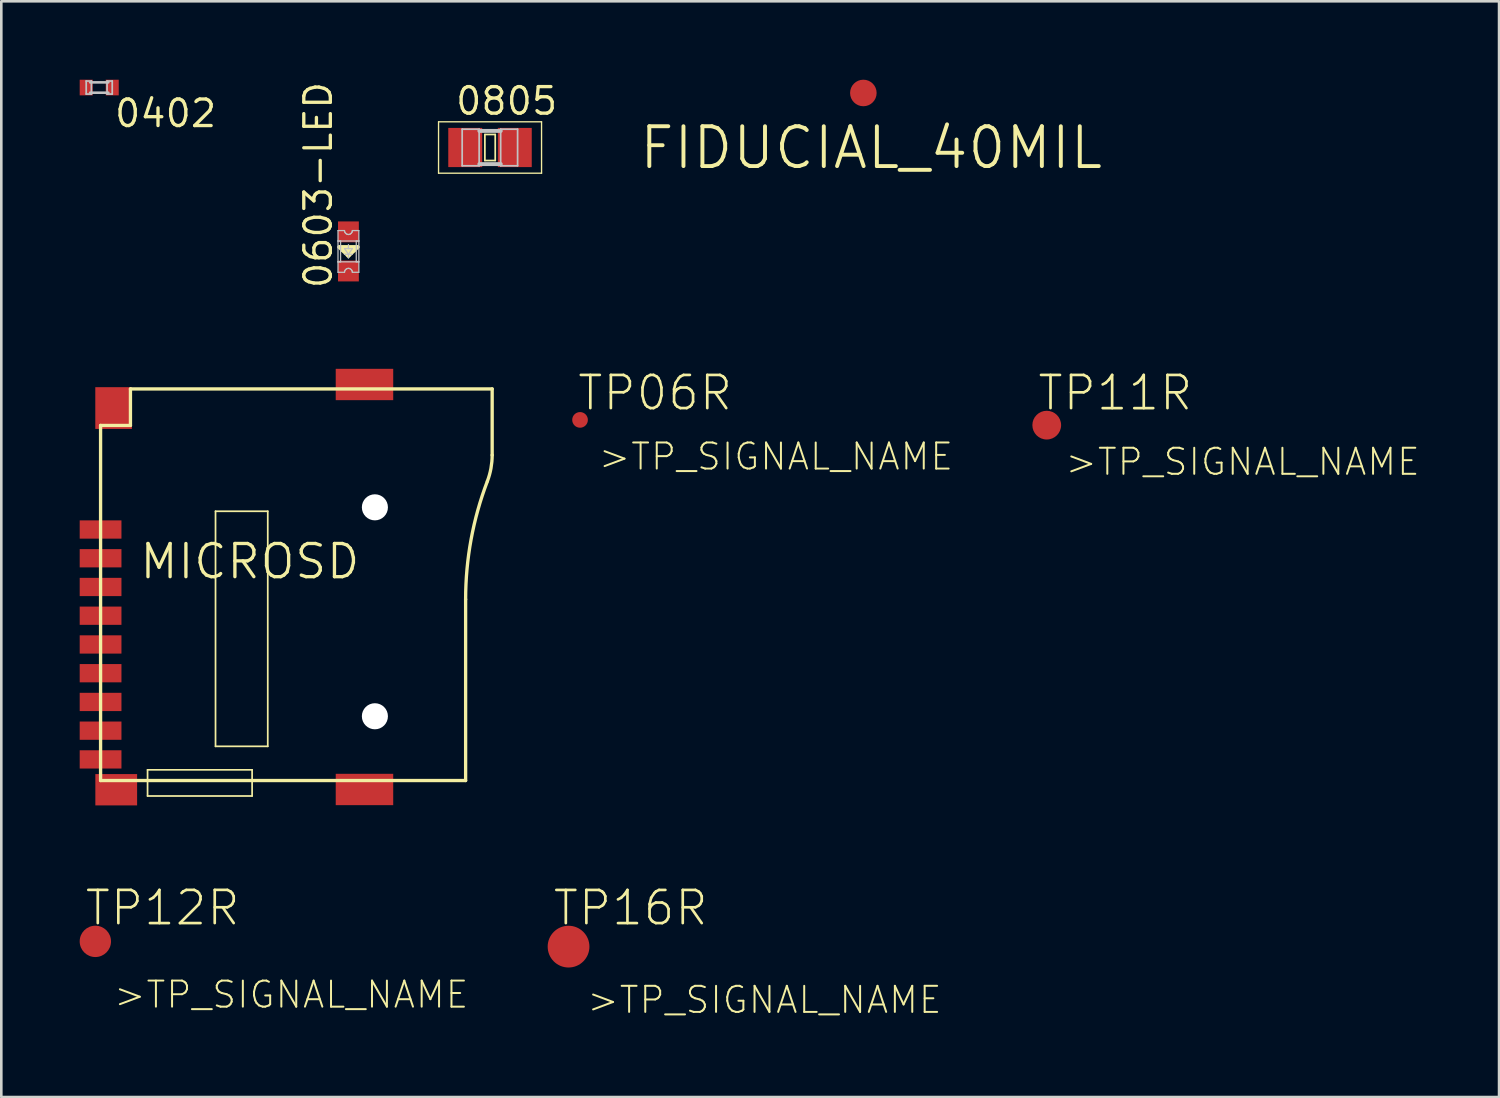
<source format=kicad_pcb>
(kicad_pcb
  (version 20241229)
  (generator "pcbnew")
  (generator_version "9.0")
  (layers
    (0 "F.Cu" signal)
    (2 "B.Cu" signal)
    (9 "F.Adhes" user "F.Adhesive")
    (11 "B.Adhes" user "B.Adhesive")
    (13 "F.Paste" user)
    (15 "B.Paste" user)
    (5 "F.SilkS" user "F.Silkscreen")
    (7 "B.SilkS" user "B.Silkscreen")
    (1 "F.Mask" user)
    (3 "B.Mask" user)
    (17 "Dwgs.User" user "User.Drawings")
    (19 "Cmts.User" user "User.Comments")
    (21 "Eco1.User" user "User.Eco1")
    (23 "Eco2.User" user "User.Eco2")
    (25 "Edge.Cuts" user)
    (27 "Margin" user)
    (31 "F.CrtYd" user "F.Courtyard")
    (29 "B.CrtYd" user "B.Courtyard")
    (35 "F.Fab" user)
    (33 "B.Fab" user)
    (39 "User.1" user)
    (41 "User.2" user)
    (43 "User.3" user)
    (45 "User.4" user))
  (footprint "0603-LED"
    (layer "F.Cu")
    (at 10.284 6.572)
    (property "Reference" "0603-LED" (at -1.156 -2.54 90) (layer "F.SilkS") (effects (font (size 1.016 1.016) (thickness 0.127))))
    (attr smd)
    (fp_line (start -0.348 -0.168) (end 0.348 -0.168) (stroke (width 0.152) (type solid)) (layer "F.SilkS"))
    (fp_line (start -0.213 -0.043) (end 0.213 -0.043) (stroke (width 0.152) (type solid)) (layer "F.SilkS"))
    (fp_line (start -0.089 0.053) (end 0.089 0.053) (stroke (width 0.152) (type solid)) (layer "F.SilkS"))
    (fp_line (start 0 0.168) (end -0.348 -0.168) (stroke (width 0.152) (type solid)) (layer "F.SilkS"))
    (fp_line (start 0 0.168) (end 0.348 -0.168) (stroke (width 0.152) (type solid)) (layer "F.SilkS"))
    (fp_line (start -0.399 -0.798) (end -0.399 -0.399) (stroke (width 0.048) (type solid)) (layer "Dwgs.User"))
    (fp_line (start -0.399 -0.399) (end -0.3 -0.399) (stroke (width 0.048) (type solid)) (layer "Dwgs.User"))
    (fp_line (start -0.399 -0.399) (end 0.399 -0.399) (stroke (width 0.048) (type solid)) (layer "Dwgs.User"))
    (fp_line (start -0.399 0.399) (end -0.399 -0.399) (stroke (width 0.048) (type solid)) (layer "Dwgs.User"))
    (fp_line (start -0.399 0.399) (end -0.399 0.798) (stroke (width 0.048) (type solid)) (layer "Dwgs.User"))
    (fp_line (start -0.399 0.798) (end -0.15 0.798) (stroke (width 0.048) (type solid)) (layer "Dwgs.User"))
    (fp_line (start -0.3 -0.399) (end -0.3 0.399) (stroke (width 0.048) (type solid)) (layer "Dwgs.User"))
    (fp_line (start -0.3 0.399) (end -0.399 0.399) (stroke (width 0.048) (type solid)) (layer "Dwgs.User"))
    (fp_line (start -0.15 -0.798) (end -0.399 -0.798) (stroke (width 0.048) (type solid)) (layer "Dwgs.User"))
    (fp_line (start -0.15 -0.109) (end 0 -0.109) (stroke (width 0.048) (type solid)) (layer "Dwgs.User"))
    (fp_line (start -0.15 0.109) (end 0 0.109) (stroke (width 0.048) (type solid)) (layer "Dwgs.User"))
    (fp_line (start -0.15 0.798) (end -0.145 0.759) (stroke (width 0.048) (type solid)) (layer "Dwgs.User"))
    (fp_line (start -0.145 -0.759) (end -0.15 -0.798) (stroke (width 0.048) (type solid)) (layer "Dwgs.User"))
    (fp_line (start -0.145 0.759) (end -0.13 0.724) (stroke (width 0.048) (type solid)) (layer "Dwgs.User"))
    (fp_line (start -0.13 -0.724) (end -0.145 -0.759) (stroke (width 0.048) (type solid)) (layer "Dwgs.User"))
    (fp_line (start -0.13 0.724) (end -0.104 0.693) (stroke (width 0.048) (type solid)) (layer "Dwgs.User"))
    (fp_line (start -0.104 -0.693) (end -0.13 -0.724) (stroke (width 0.048) (type solid)) (layer "Dwgs.User"))
    (fp_line (start -0.104 0.693) (end -0.074 0.668) (stroke (width 0.048) (type solid)) (layer "Dwgs.User"))
    (fp_line (start -0.074 -0.668) (end -0.104 -0.693) (stroke (width 0.048) (type solid)) (layer "Dwgs.User"))
    (fp_line (start -0.074 0.668) (end -0.038 0.653) (stroke (width 0.048) (type solid)) (layer "Dwgs.User"))
    (fp_line (start -0.038 -0.653) (end -0.074 -0.668) (stroke (width 0.048) (type solid)) (layer "Dwgs.User"))
    (fp_line (start -0.038 0.653) (end 0 0.648) (stroke (width 0.048) (type solid)) (layer "Dwgs.User"))
    (fp_line (start 0 -0.648) (end -0.038 -0.653) (stroke (width 0.048) (type solid)) (layer "Dwgs.User"))
    (fp_line (start 0 -0.109) (end 0 -0.259) (stroke (width 0.048) (type solid)) (layer "Dwgs.User"))
    (fp_line (start 0 -0.109) (end 0.15 -0.109) (stroke (width 0.048) (type solid)) (layer "Dwgs.User"))
    (fp_line (start 0 0.109) (end -0.15 -0.109) (stroke (width 0.048) (type solid)) (layer "Dwgs.User"))
    (fp_line (start 0 0.109) (end 0 0.259) (stroke (width 0.048) (type solid)) (layer "Dwgs.User"))
    (fp_line (start 0 0.109) (end 0.15 0.109) (stroke (width 0.048) (type solid)) (layer "Dwgs.User"))
    (fp_line (start 0 0.648) (end 0.038 0.653) (stroke (width 0.048) (type solid)) (layer "Dwgs.User"))
    (fp_line (start 0.038 -0.653) (end 0 -0.648) (stroke (width 0.048) (type solid)) (layer "Dwgs.User"))
    (fp_line (start 0.038 0.653) (end 0.074 0.668) (stroke (width 0.048) (type solid)) (layer "Dwgs.User"))
    (fp_line (start 0.074 -0.668) (end 0.038 -0.653) (stroke (width 0.048) (type solid)) (layer "Dwgs.User"))
    (fp_line (start 0.074 0.668) (end 0.104 0.693) (stroke (width 0.048) (type solid)) (layer "Dwgs.User"))
    (fp_line (start 0.104 -0.693) (end 0.074 -0.668) (stroke (width 0.048) (type solid)) (layer "Dwgs.User"))
    (fp_line (start 0.104 0.693) (end 0.13 0.724) (stroke (width 0.048) (type solid)) (layer "Dwgs.User"))
    (fp_line (start 0.13 -0.724) (end 0.104 -0.693) (stroke (width 0.048) (type solid)) (layer "Dwgs.User"))
    (fp_line (start 0.13 0.724) (end 0.145 0.759) (stroke (width 0.048) (type solid)) (layer "Dwgs.User"))
    (fp_line (start 0.145 -0.759) (end 0.13 -0.724) (stroke (width 0.048) (type solid)) (layer "Dwgs.User"))
    (fp_line (start 0.145 0.759) (end 0.15 0.798) (stroke (width 0.048) (type solid)) (layer "Dwgs.User"))
    (fp_line (start 0.15 -0.798) (end 0.145 -0.759) (stroke (width 0.048) (type solid)) (layer "Dwgs.User"))
    (fp_line (start 0.15 -0.109) (end 0 0.109) (stroke (width 0.048) (type solid)) (layer "Dwgs.User"))
    (fp_line (start 0.15 0.798) (end 0.399 0.798) (stroke (width 0.048) (type solid)) (layer "Dwgs.User"))
    (fp_line (start 0.3 -0.399) (end 0.399 -0.399) (stroke (width 0.048) (type solid)) (layer "Dwgs.User"))
    (fp_line (start 0.3 0.399) (end 0.3 -0.399) (stroke (width 0.048) (type solid)) (layer "Dwgs.User"))
    (fp_line (start 0.399 -0.798) (end 0.15 -0.798) (stroke (width 0.048) (type solid)) (layer "Dwgs.User"))
    (fp_line (start 0.399 -0.399) (end 0.399 -0.798) (stroke (width 0.048) (type solid)) (layer "Dwgs.User"))
    (fp_line (start 0.399 -0.399) (end 0.399 0.399) (stroke (width 0.048) (type solid)) (layer "Dwgs.User"))
    (fp_line (start 0.399 0.399) (end -0.399 0.399) (stroke (width 0.048) (type solid)) (layer "Dwgs.User"))
    (fp_line (start 0.399 0.399) (end 0.3 0.399) (stroke (width 0.048) (type solid)) (layer "Dwgs.User"))
    (fp_line (start 0.399 0.798) (end 0.399 0.399) (stroke (width 0.048) (type solid)) (layer "Dwgs.User"))
    (pad "A" smd rect (at 0 -0.749) (size 0.798 0.798) (layers "F.Cu" "F.Mask" "F.Paste"))
    (pad "K" smd rect (at 0 0.749) (size 0.798 0.798) (layers "F.Cu" "F.Mask" "F.Paste")))
  (footprint "TP16R"
    (layer "F.Cu")
    (at 18.708 33.177)
    (property "Reference" "TP16R" (at 2.375 -1.483 0) (layer "F.SilkS") (effects (font (size 1.27 1.27) (thickness 0.102))))
    (attr smd)
    (fp_text user ">TP_SIGNAL_NAME" (at 7.498 2.04 0) (layer "F.SilkS") (effects (font (size 0.998 0.998) (thickness 0.076))))
    (pad "TP" smd circle (at 0 0) (size 1.598 1.598) (layers "F.Cu" "F.Mask" "F.Paste")))
  (footprint "MICROSD"
    (layer "F.Cu")
    (at 0.799 21.613)
    (property "Reference" "MICROSD" (at 5.715 -3.175 0) (layer "F.SilkS") (effects (font (size 1.27 1.27) (thickness 0.127))))
    (attr smd)
    (fp_line (start 0 -8.382) (end 1.143 -8.382) (stroke (width 0.127) (type solid)) (layer "F.SilkS"))
    (fp_line (start 0 5.207) (end 0 -8.382) (stroke (width 0.127) (type solid)) (layer "F.SilkS"))
    (fp_line (start 1.143 -9.779) (end 14.986 -9.779) (stroke (width 0.127) (type solid)) (layer "F.SilkS"))
    (fp_line (start 1.143 -8.382) (end 1.143 -9.779) (stroke (width 0.127) (type solid)) (layer "F.SilkS"))
    (fp_line (start 1.798 4.798) (end 5.799 4.798) (stroke (width 0.066) (type solid)) (layer "F.SilkS"))
    (fp_line (start 1.798 5.799) (end 1.798 4.798) (stroke (width 0.066) (type solid)) (layer "F.SilkS"))
    (fp_line (start 1.798 5.799) (end 5.799 5.799) (stroke (width 0.066) (type solid)) (layer "F.SilkS"))
    (fp_line (start 4.399 -5.098) (end 6.398 -5.098) (stroke (width 0.066) (type solid)) (layer "F.SilkS"))
    (fp_line (start 4.399 3.899) (end 4.399 -5.098) (stroke (width 0.066) (type solid)) (layer "F.SilkS"))
    (fp_line (start 4.399 3.899) (end 6.398 3.899) (stroke (width 0.066) (type solid)) (layer "F.SilkS"))
    (fp_line (start 5.799 5.799) (end 5.799 4.798) (stroke (width 0.066) (type solid)) (layer "F.SilkS"))
    (fp_line (start 6.398 3.899) (end 6.398 -5.098) (stroke (width 0.066) (type solid)) (layer "F.SilkS"))
    (fp_line (start 13.97 -1.725) (end 13.97 5.207) (stroke (width 0.127) (type solid)) (layer "F.SilkS"))
    (fp_line (start 13.97 5.207) (end 0 5.207) (stroke (width 0.127) (type solid)) (layer "F.SilkS"))
    (fp_line (start 14.986 -9.779) (end 14.986 -7.247) (stroke (width 0.127) (type solid)) (layer "F.SilkS"))
    (fp_arc (start 13.97 -1.72466) (mid 14.178642 -4.017253) (end 14.797714 -6.234518) (stroke (width 0.127) (type solid)) (layer "F.SilkS"))
    (fp_arc (start 14.986 -7.24662) (mid 14.939848 -6.739498) (end 14.80291 -6.249039) (stroke (width 0.127) (type solid)) (layer "F.SilkS"))
    (pad "" np_thru_hole circle (at 10.498 -5.248) (size 0.998 0.998) (drill 0.998) (layers "*.Cu" "*.Mask"))
    (pad "" np_thru_hole circle (at 10.498 2.748) (size 0.998 0.998) (drill 0.998) (layers "*.Cu" "*.Mask"))
    (pad "1" smd rect (at 0 -4.399) (size 1.598 0.699) (layers "F.Cu" "F.Mask" "F.Paste"))
    (pad "2" smd rect (at 0 -3.299) (size 1.598 0.699) (layers "F.Cu" "F.Mask" "F.Paste"))
    (pad "3" smd rect (at 0 -2.2) (size 1.598 0.699) (layers "F.Cu" "F.Mask" "F.Paste"))
    (pad "4" smd rect (at 0 -1.1) (size 1.598 0.699) (layers "F.Cu" "F.Mask" "F.Paste"))
    (pad "5" smd rect (at 0 0) (size 1.598 0.699) (layers "F.Cu" "F.Mask" "F.Paste"))
    (pad "6" smd rect (at 0 1.1) (size 1.598 0.699) (layers "F.Cu" "F.Mask" "F.Paste"))
    (pad "7" smd rect (at 0 2.2) (size 1.598 0.699) (layers "F.Cu" "F.Mask" "F.Paste"))
    (pad "8" smd rect (at 0 3.299) (size 1.598 0.699) (layers "F.Cu" "F.Mask" "F.Paste"))
    (pad "9" smd rect (at 0 4.399) (size 1.598 0.699) (layers "F.Cu" "F.Mask" "F.Paste"))
    (pad "G1" smd rect (at 0.599 5.56) (size 1.598 1.199) (layers "F.Cu" "F.Mask" "F.Paste"))
    (pad "G2" smd rect (at 10.099 5.55) (size 2.2 1.199) (layers "F.Cu" "F.Mask" "F.Paste"))
    (pad "G3" smd rect (at 10.099 -9.949) (size 2.2 1.199) (layers "F.Cu" "F.Mask" "F.Paste"))
    (pad "G4" smd rect (at 0.498 -9.047) (size 1.4 1.598) (layers "F.Cu" "F.Mask" "F.Paste")))
  (footprint "TP06R"
    (layer "F.Cu")
    (at 19.148 13.019)
    (property "Reference" "TP06R" (at 2.873 -1.034 0) (layer "F.SilkS") (effects (font (size 1.27 1.27) (thickness 0.102))))
    (attr smd)
    (fp_text user ">TP_SIGNAL_NAME" (at 7.498 1.405 0) (layer "F.SilkS") (effects (font (size 0.998 0.998) (thickness 0.076))))
    (pad "TP" smd circle (at 0 0) (size 0.599 0.599) (layers "F.Cu" "F.Mask" "F.Paste")))
  (footprint "TP12R"
    (layer "F.Cu")
    (at 0.599 32.976)
    (property "Reference" "TP12R" (at 2.573 -1.283 0) (layer "F.SilkS") (effects (font (size 1.27 1.27) (thickness 0.102))))
    (attr smd)
    (fp_text user ">TP_SIGNAL_NAME" (at 7.498 2.04 0) (layer "F.SilkS") (effects (font (size 0.998 0.998) (thickness 0.076))))
    (pad "TP" smd circle (at 0 0) (size 1.199 1.199) (layers "F.Cu" "F.Mask" "F.Paste")))
  (footprint "0402"
    (layer "F.Cu")
    (at 0.747 0.3)
    (property "Reference" "0402" (at 2.54 0.991 0) (layer "F.SilkS") (effects (font (size 1.016 1.016) (thickness 0.127))))
    (attr smd)
    (fp_line (start -0.498 -0.249) (end -0.3 -0.249) (stroke (width 0.066) (type solid)) (layer "Dwgs.User"))
    (fp_line (start -0.498 0.249) (end -0.498 -0.249) (stroke (width 0.066) (type solid)) (layer "Dwgs.User"))
    (fp_line (start -0.498 0.249) (end -0.3 0.249) (stroke (width 0.066) (type solid)) (layer "Dwgs.User"))
    (fp_line (start -0.348 -0.198) (end 0.348 -0.198) (stroke (width 0.099) (type solid)) (layer "Dwgs.User"))
    (fp_line (start -0.348 0.198) (end 0.348 0.198) (stroke (width 0.099) (type solid)) (layer "Dwgs.User"))
    (fp_line (start -0.3 0.249) (end -0.3 -0.249) (stroke (width 0.066) (type solid)) (layer "Dwgs.User"))
    (fp_line (start 0.3 -0.249) (end 0.498 -0.249) (stroke (width 0.066) (type solid)) (layer "Dwgs.User"))
    (fp_line (start 0.3 0.249) (end 0.3 -0.249) (stroke (width 0.066) (type solid)) (layer "Dwgs.User"))
    (fp_line (start 0.3 0.249) (end 0.498 0.249) (stroke (width 0.066) (type solid)) (layer "Dwgs.User"))
    (fp_line (start 0.498 0.249) (end 0.498 -0.249) (stroke (width 0.066) (type solid)) (layer "Dwgs.User"))
    (pad "1" smd rect (at -0.498 0) (size 0.498 0.599) (layers "F.Cu" "F.Mask" "F.Paste"))
    (pad "2" smd rect (at 0.498 0) (size 0.498 0.599) (layers "F.Cu" "F.Mask" "F.Paste")))
  (footprint "FIDUCIAL_40MIL"
    (layer "F.Cu")
    (at 29.99 0.508)
    (property "Reference" "FIDUCIAL_40MIL" (at 0.3 2.1 0) (layer "F.SilkS") (effects (font (size 1.524 1.524) (thickness 0.15))))
    (attr smd)
    (pad "P$1" smd circle (at 0 0) (size 1.016 1.016) (layers "F.Cu" "F.Mask")))
  (footprint "0805"
    (layer "F.Cu")
    (at 15.704 2.595)
    (property "Reference" "0805" (at 0.635 -1.778 0) (layer "F.SilkS") (effects (font (size 1.016 1.016) (thickness 0.127))))
    (attr smd)
    (fp_line (start -1.971 -0.983) (end 1.971 -0.983) (stroke (width 0.051) (type solid)) (layer "F.SilkS"))
    (fp_line (start -1.971 0.983) (end -1.971 -0.983) (stroke (width 0.051) (type solid)) (layer "F.SilkS"))
    (fp_line (start -0.198 -0.498) (end 0.198 -0.498) (stroke (width 0.066) (type solid)) (layer "F.SilkS"))
    (fp_line (start -0.198 0.498) (end -0.198 -0.498) (stroke (width 0.066) (type solid)) (layer "F.SilkS"))
    (fp_line (start -0.198 0.498) (end 0.198 0.498) (stroke (width 0.066) (type solid)) (layer "F.SilkS"))
    (fp_line (start 0.198 0.498) (end 0.198 -0.498) (stroke (width 0.066) (type solid)) (layer "F.SilkS"))
    (fp_line (start 1.971 -0.983) (end 1.971 0.983) (stroke (width 0.051) (type solid)) (layer "F.SilkS"))
    (fp_line (start 1.971 0.983) (end -1.971 0.983) (stroke (width 0.051) (type solid)) (layer "F.SilkS"))
    (fp_line (start -1.067 -0.701) (end -0.417 -0.701) (stroke (width 0.066) (type solid)) (layer "Dwgs.User"))
    (fp_line (start -1.067 0.699) (end -1.067 -0.701) (stroke (width 0.066) (type solid)) (layer "Dwgs.User"))
    (fp_line (start -1.067 0.699) (end -0.417 0.699) (stroke (width 0.066) (type solid)) (layer "Dwgs.User"))
    (fp_line (start -0.417 0.699) (end -0.417 -0.701) (stroke (width 0.066) (type solid)) (layer "Dwgs.User"))
    (fp_line (start -0.409 -0.635) (end 0.409 -0.635) (stroke (width 0.152) (type solid)) (layer "Dwgs.User"))
    (fp_line (start -0.409 0.635) (end 0.409 0.635) (stroke (width 0.152) (type solid)) (layer "Dwgs.User"))
    (fp_line (start 0.406 -0.701) (end 1.054 -0.701) (stroke (width 0.066) (type solid)) (layer "Dwgs.User"))
    (fp_line (start 0.406 0.699) (end 0.406 -0.701) (stroke (width 0.066) (type solid)) (layer "Dwgs.User"))
    (fp_line (start 0.406 0.699) (end 1.054 0.699) (stroke (width 0.066) (type solid)) (layer "Dwgs.User"))
    (fp_line (start 1.054 0.699) (end 1.054 -0.701) (stroke (width 0.066) (type solid)) (layer "Dwgs.User"))
    (pad "1" smd rect (at -0.95 0) (size 1.298 1.499) (layers "F.Cu" "F.Mask" "F.Paste"))
    (pad "2" smd rect (at 0.947 0) (size 1.298 1.499) (layers "F.Cu" "F.Mask" "F.Paste")))
  (footprint "TP11R"
    (layer "F.Cu")
    (at 37.008 13.22)
    (property "Reference" "TP11R" (at 2.624 -1.234 0) (layer "F.SilkS") (effects (font (size 1.27 1.27) (thickness 0.102))))
    (attr smd)
    (fp_text user ">TP_SIGNAL_NAME" (at 7.498 1.405 0) (layer "F.SilkS") (effects (font (size 0.998 0.998) (thickness 0.076))))
    (pad "TP" smd circle (at 0 0) (size 1.1 1.1) (layers "F.Cu" "F.Mask" "F.Paste")))
  (gr_rect
    (start -3 -3)
    (end 54.318 38.934)
    (stroke (width 0.1) (type default))
    (fill no)
    (layer "Edge.Cuts")))
</source>
